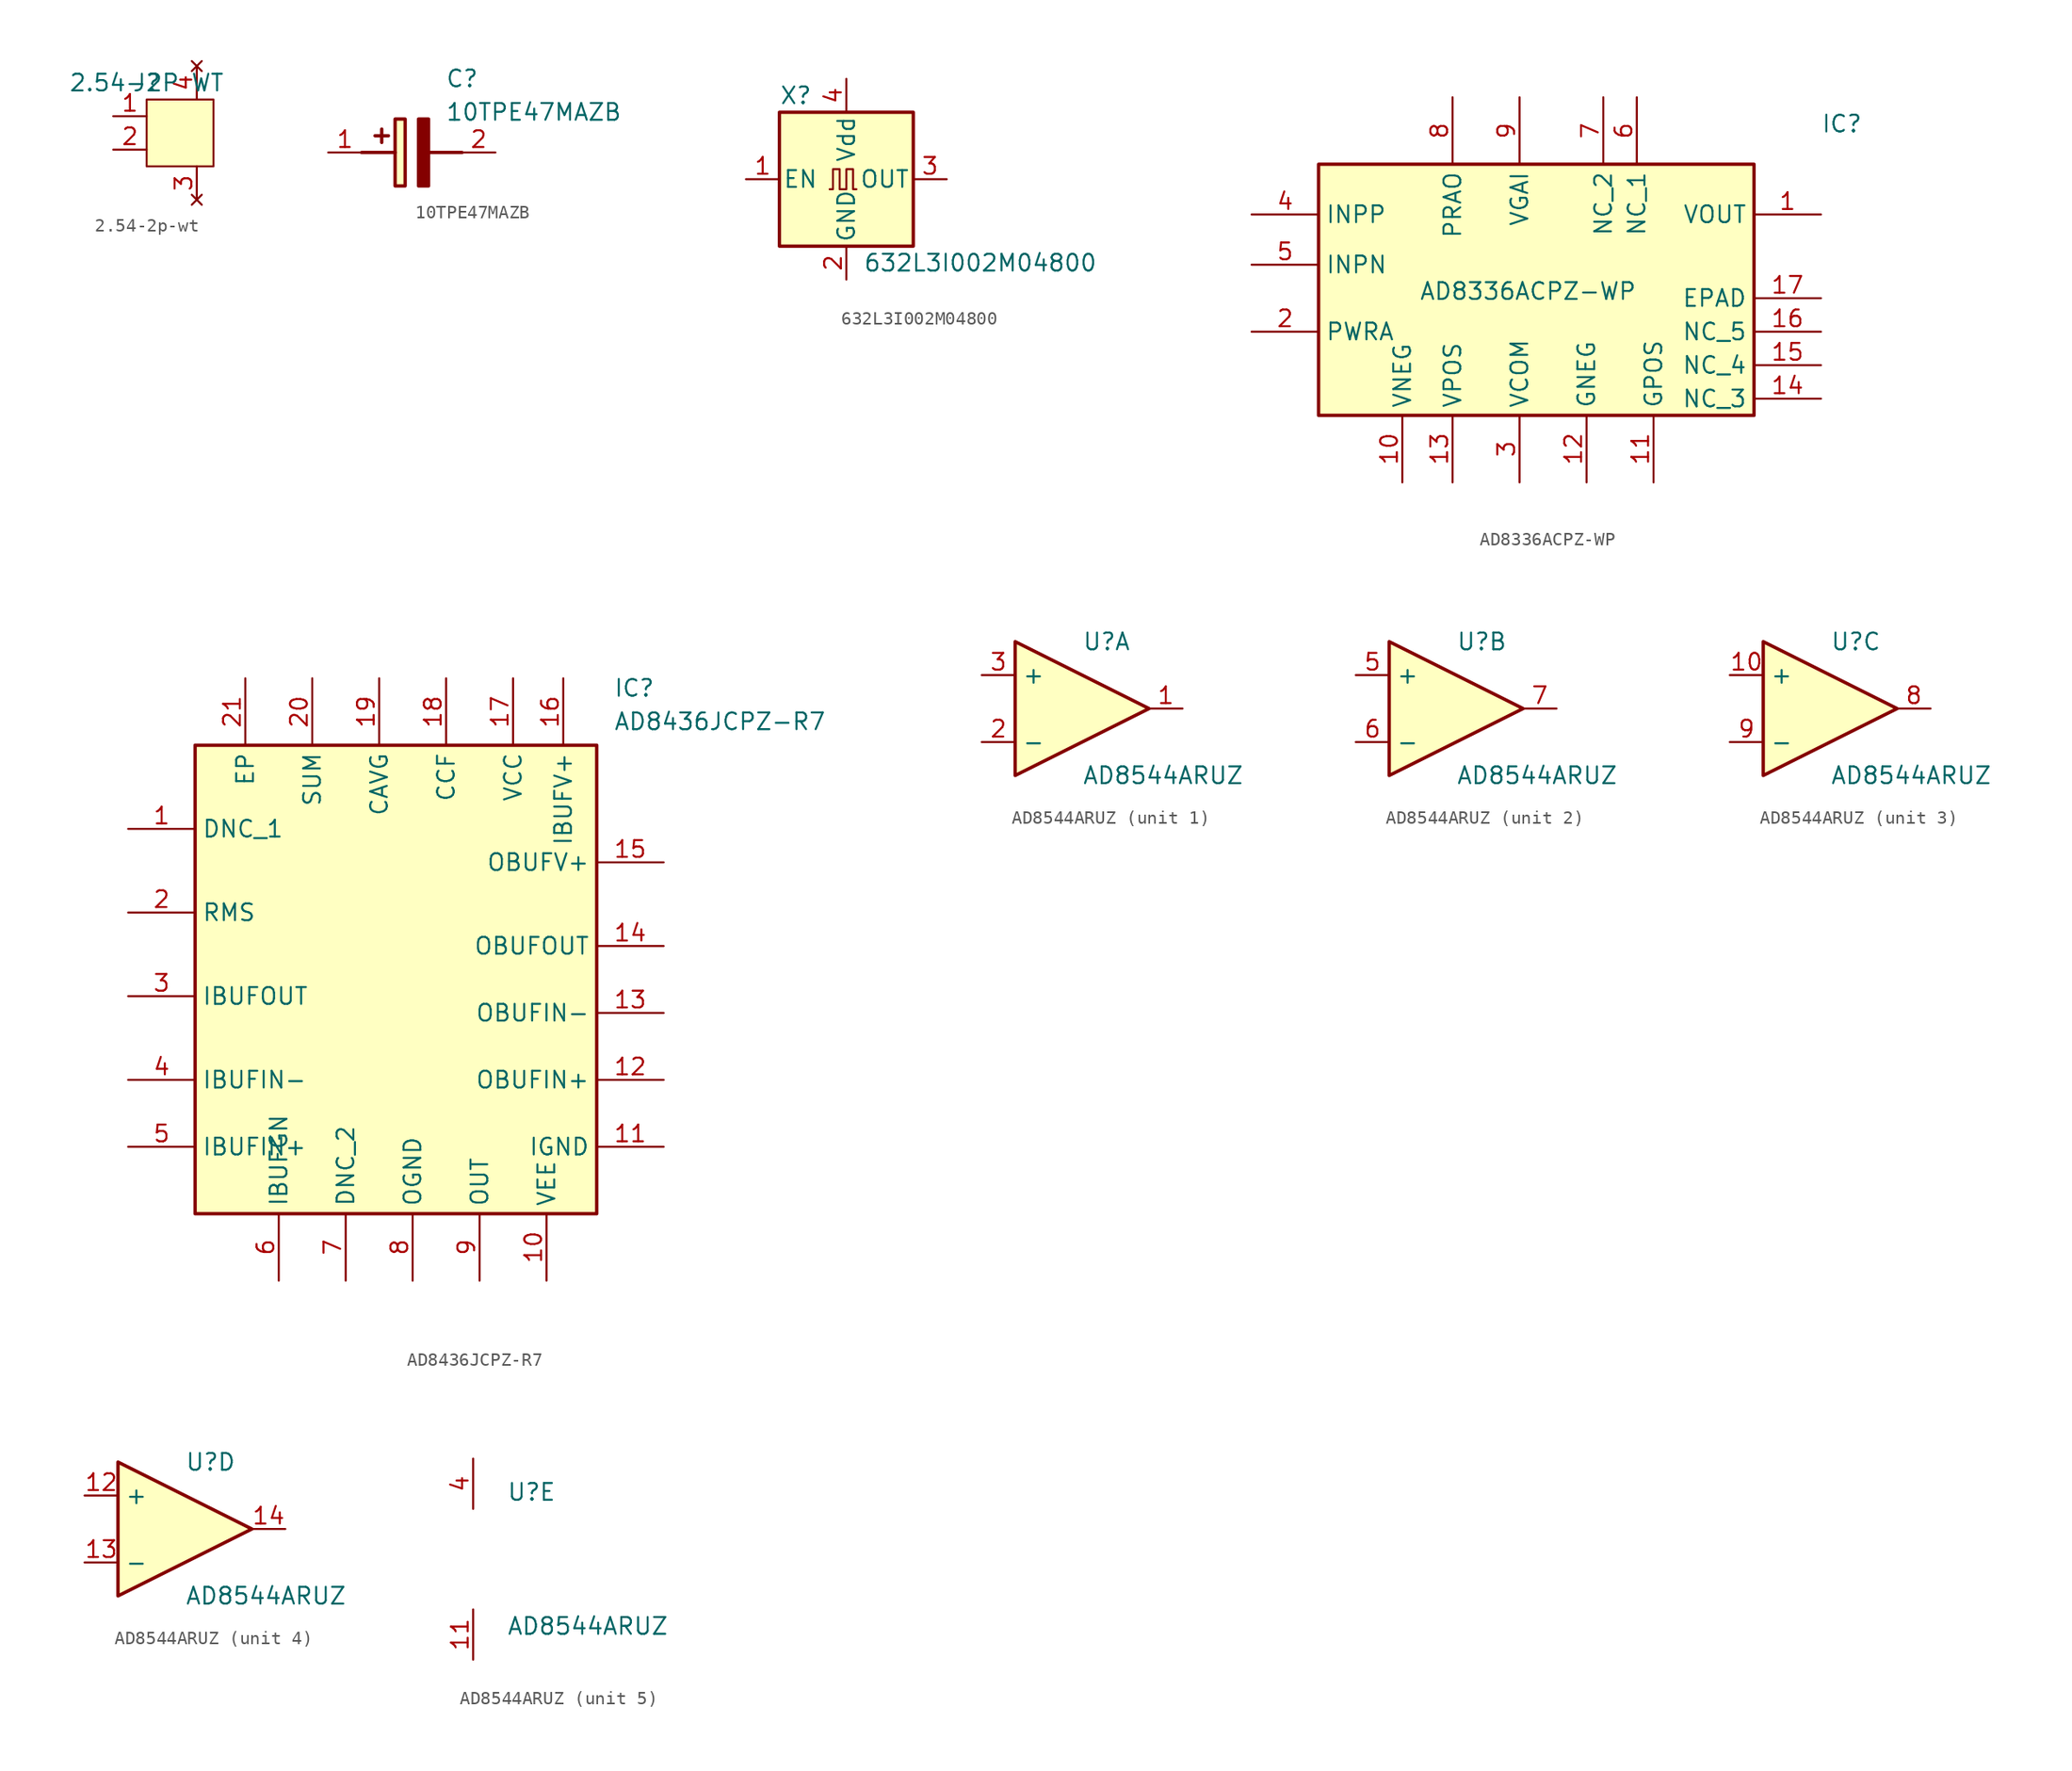
<source format=kicad_sym>
(kicad_symbol_lib
  (version 20220914)
  (generator kicad_symbol_editor)
  (symbol "2.54-2p-wt"
    (property "Reference" "J"
      (at 0 0 0)
      (effects (font (size 1.27 1.27))))
    (property "Value" "2.54-2P WT"
      (at 0 0 0)
      (effects (font (size 1.27 1.27))))
    (symbol "2.54-2p-wt_0_0"
      (pin unspecified line (at -2.54 -2.54 0) (length 2.54) (name "" (effects (font (size 1.27 1.27)))) (number "1" (effects (font (size 1.27 1.27)))))
      (pin unspecified line (at -2.54 -5.08 0) (length 2.54) (name "" (effects (font (size 1.27 1.27)))) (number "2" (effects (font (size 1.27 1.27)))))
      (pin no_connect line (at 3.81 -8.89 90) (length 2.54) (name "" (effects (font (size 1.27 1.27)))) (number "3" (effects (font (size 1.27 1.27)))))
      (pin no_connect line (at 3.81 1.27 270) (length 2.54) (name "" (effects (font (size 1.27 1.27)))) (number "4" (effects (font (size 1.27 1.27))))))
    (symbol "2.54-2p-wt_1_1"
      (rectangle (start 0 -1.27) (end 5.08 -6.35) (stroke (width 0) (type default)) (fill (type color) (color 255 255 194 1)))))
  (symbol "10TPE47MAZB"
    (pin_names hide)
    (property "Reference" "C"
      (at 8.89 6.35 0)
      (effects (font (size 1.27 1.27)) (justify left top)))
    (property "Value" "10TPE47MAZB"
      (at 8.89 3.81 0)
      (effects (font (size 1.27 1.27)) (justify left top)))
    (symbol "10TPE47MAZB_1_1"
      (polyline (pts (xy 2.54 0) (xy 5.08 0)) (stroke (width 0.254) (type default)) (fill (type none)))
      (polyline (pts (xy 4.064 1.778) (xy 4.064 0.762)) (stroke (width 0.254) (type default)) (fill (type none)))
      (polyline (pts (xy 4.572 1.27) (xy 3.556 1.27)) (stroke (width 0.254) (type default)) (fill (type none)))
      (polyline (pts (xy 7.62 0) (xy 10.16 0)) (stroke (width 0.254) (type default)) (fill (type none)))
      (polyline (pts (xy 7.62 2.54) (xy 7.62 -2.54) (xy 6.858 -2.54) (xy 6.858 2.54) (xy 7.62 2.54)) (stroke (width 0.254) (type default)) (fill (type outline)))
      (rectangle (start 5.08 2.54) (end 5.842 -2.54) (stroke (width 0.254) (type default)) (fill (type background)))
      (pin passive line (at 0 0 0) (length 2.54) (name "+" (effects (font (size 1.27 1.27)))) (number "1" (effects (font (size 1.27 1.27)))))
      (pin passive line (at 12.7 0 180) (length 2.54) (name "-" (effects (font (size 1.27 1.27)))) (number "2" (effects (font (size 1.27 1.27)))))))
  (symbol "632L3I002M04800"
    (pin_names
      (offset 0.254))
    (property "Reference" "X"
      (at -5.08 6.35 0)
      (effects (font (size 1.27 1.27)) (justify left)))
    (property "Value" "632L3I002M04800"
      (at 1.27 -6.35 0)
      (effects (font (size 1.27 1.27)) (justify left)))
    (symbol "632L3I002M04800_0_1"
      (rectangle (start -5.08 5.08) (end 5.08 -5.08) (stroke (width 0.254) (type default)) (fill (type background)))
      (polyline (pts (xy -1.27 -0.762) (xy -1.016 -0.762) (xy -1.016 0.762) (xy -0.508 0.762) (xy -0.508 -0.762) (xy 0 -0.762) (xy 0 0.762) (xy 0.508 0.762) (xy 0.508 -0.762) (xy 0.762 -0.762)) (stroke (width 0) (type default)) (fill (type none))))
    (symbol "632L3I002M04800_1_1"
      (pin input line (at -7.62 0 0) (length 2.54) (name "EN" (effects (font (size 1.27 1.27)))) (number "1" (effects (font (size 1.27 1.27)))))
      (pin power_in line (at 0 -7.62 90) (length 2.54) (name "GND" (effects (font (size 1.27 1.27)))) (number "2" (effects (font (size 1.27 1.27)))))
      (pin output line (at 7.62 0 180) (length 2.54) (name "OUT" (effects (font (size 1.27 1.27)))) (number "3" (effects (font (size 1.27 1.27)))))
      (pin power_in line (at 0 7.62 270) (length 2.54) (name "Vdd" (effects (font (size 1.27 1.27)))) (number "4" (effects (font (size 1.27 1.27)))))))
  (symbol "AD8336ACPZ-WP"
    (property "Reference" "IC"
      (at 34.29 55.88 0)
      (effects (font (size 1.27 1.27)) (justify left top)))
    (property "Value" "AD8336ACPZ-WP"
      (at 3.81 43.18 0)
      (effects (font (size 1.27 1.27)) (justify left top)))
    (symbol "AD8336ACPZ-WP_1_1"
      (rectangle (start -3.81 52.07) (end 29.21 33.02) (stroke (width 0.254) (type default)) (fill (type background)))
      (pin passive line (at 34.29 48.26 180) (length 5.08) (name "VOUT" (effects (font (size 1.27 1.27)))) (number "1" (effects (font (size 1.27 1.27)))))
      (pin passive line (at 2.54 27.94 90) (length 5.08) (name "VNEG" (effects (font (size 1.27 1.27)))) (number "10" (effects (font (size 1.27 1.27)))))
      (pin passive line (at 21.59 27.94 90) (length 5.08) (name "GPOS" (effects (font (size 1.27 1.27)))) (number "11" (effects (font (size 1.27 1.27)))))
      (pin passive line (at 16.51 27.94 90) (length 5.08) (name "GNEG" (effects (font (size 1.27 1.27)))) (number "12" (effects (font (size 1.27 1.27)))))
      (pin passive line (at 6.35 27.94 90) (length 5.08) (name "VPOS" (effects (font (size 1.27 1.27)))) (number "13" (effects (font (size 1.27 1.27)))))
      (pin passive line (at 34.29 34.29 180) (length 5.08) (name "NC_3" (effects (font (size 1.27 1.27)))) (number "14" (effects (font (size 1.27 1.27)))))
      (pin passive line (at 34.29 36.83 180) (length 5.08) (name "NC_4" (effects (font (size 1.27 1.27)))) (number "15" (effects (font (size 1.27 1.27)))))
      (pin passive line (at 34.29 39.37 180) (length 5.08) (name "NC_5" (effects (font (size 1.27 1.27)))) (number "16" (effects (font (size 1.27 1.27)))))
      (pin passive line (at 34.29 41.91 180) (length 5.08) (name "EPAD" (effects (font (size 1.27 1.27)))) (number "17" (effects (font (size 1.27 1.27)))))
      (pin passive line (at -8.89 39.37 0) (length 5.08) (name "PWRA" (effects (font (size 1.27 1.27)))) (number "2" (effects (font (size 1.27 1.27)))))
      (pin passive line (at 11.43 27.94 90) (length 5.08) (name "VCOM" (effects (font (size 1.27 1.27)))) (number "3" (effects (font (size 1.27 1.27)))))
      (pin passive line (at -8.89 48.26 0) (length 5.08) (name "INPP" (effects (font (size 1.27 1.27)))) (number "4" (effects (font (size 1.27 1.27)))))
      (pin passive line (at -8.89 44.45 0) (length 5.08) (name "INPN" (effects (font (size 1.27 1.27)))) (number "5" (effects (font (size 1.27 1.27)))))
      (pin passive line (at 20.32 57.15 270) (length 5.08) (name "NC_1" (effects (font (size 1.27 1.27)))) (number "6" (effects (font (size 1.27 1.27)))))
      (pin passive line (at 17.78 57.15 270) (length 5.08) (name "NC_2" (effects (font (size 1.27 1.27)))) (number "7" (effects (font (size 1.27 1.27)))))
      (pin passive line (at 6.35 57.15 270) (length 5.08) (name "PRAO" (effects (font (size 1.27 1.27)))) (number "8" (effects (font (size 1.27 1.27)))))
      (pin passive line (at 11.43 57.15 270) (length 5.08) (name "VGAI" (effects (font (size 1.27 1.27)))) (number "9" (effects (font (size 1.27 1.27)))))))
  (symbol "AD8436JCPZ-R7"
    (property "Reference" "IC"
      (at 36.83 17.78 0)
      (effects (font (size 1.27 1.27)) (justify left top)))
    (property "Value" "AD8436JCPZ-R7"
      (at 36.83 15.24 0)
      (effects (font (size 1.27 1.27)) (justify left top)))
    (symbol "AD8436JCPZ-R7_1_1"
      (rectangle (start 5.08 12.7) (end 35.56 -22.86) (stroke (width 0.254) (type default)) (fill (type background)))
      (pin passive line (at 0 6.35 0) (length 5.08) (name "DNC_1" (effects (font (size 1.27 1.27)))) (number "1" (effects (font (size 1.27 1.27)))))
      (pin passive line (at 31.75 -27.94 90) (length 5.08) (name "VEE" (effects (font (size 1.27 1.27)))) (number "10" (effects (font (size 1.27 1.27)))))
      (pin passive line (at 40.64 -17.78 180) (length 5.08) (name "IGND" (effects (font (size 1.27 1.27)))) (number "11" (effects (font (size 1.27 1.27)))))
      (pin passive line (at 40.64 -12.7 180) (length 5.08) (name "OBUFIN+" (effects (font (size 1.27 1.27)))) (number "12" (effects (font (size 1.27 1.27)))))
      (pin passive line (at 40.64 -7.62 180) (length 5.08) (name "OBUFIN-" (effects (font (size 1.27 1.27)))) (number "13" (effects (font (size 1.27 1.27)))))
      (pin passive line (at 40.64 -2.54 180) (length 5.08) (name "OBUFOUT" (effects (font (size 1.27 1.27)))) (number "14" (effects (font (size 1.27 1.27)))))
      (pin passive line (at 40.64 3.81 180) (length 5.08) (name "OBUFV+" (effects (font (size 1.27 1.27)))) (number "15" (effects (font (size 1.27 1.27)))))
      (pin passive line (at 33.02 17.78 270) (length 5.08) (name "IBUFV+" (effects (font (size 1.27 1.27)))) (number "16" (effects (font (size 1.27 1.27)))))
      (pin passive line (at 29.21 17.78 270) (length 5.08) (name "VCC" (effects (font (size 1.27 1.27)))) (number "17" (effects (font (size 1.27 1.27)))))
      (pin passive line (at 24.13 17.78 270) (length 5.08) (name "CCF" (effects (font (size 1.27 1.27)))) (number "18" (effects (font (size 1.27 1.27)))))
      (pin passive line (at 19.05 17.78 270) (length 5.08) (name "CAVG" (effects (font (size 1.27 1.27)))) (number "19" (effects (font (size 1.27 1.27)))))
      (pin passive line (at 0 0 0) (length 5.08) (name "RMS" (effects (font (size 1.27 1.27)))) (number "2" (effects (font (size 1.27 1.27)))))
      (pin passive line (at 13.97 17.78 270) (length 5.08) (name "SUM" (effects (font (size 1.27 1.27)))) (number "20" (effects (font (size 1.27 1.27)))))
      (pin passive line (at 8.89 17.78 270) (length 5.08) (name "EP" (effects (font (size 1.27 1.27)))) (number "21" (effects (font (size 1.27 1.27)))))
      (pin passive line (at 0 -6.35 0) (length 5.08) (name "IBUFOUT" (effects (font (size 1.27 1.27)))) (number "3" (effects (font (size 1.27 1.27)))))
      (pin passive line (at 0 -12.7 0) (length 5.08) (name "IBUFIN-" (effects (font (size 1.27 1.27)))) (number "4" (effects (font (size 1.27 1.27)))))
      (pin passive line (at 0 -17.78 0) (length 5.08) (name "IBUFIN+" (effects (font (size 1.27 1.27)))) (number "5" (effects (font (size 1.27 1.27)))))
      (pin passive line (at 11.43 -27.94 90) (length 5.08) (name "IBUFGN" (effects (font (size 1.27 1.27)))) (number "6" (effects (font (size 1.27 1.27)))))
      (pin passive line (at 16.51 -27.94 90) (length 5.08) (name "DNC_2" (effects (font (size 1.27 1.27)))) (number "7" (effects (font (size 1.27 1.27)))))
      (pin passive line (at 21.59 -27.94 90) (length 5.08) (name "OGND" (effects (font (size 1.27 1.27)))) (number "8" (effects (font (size 1.27 1.27)))))
      (pin passive line (at 26.67 -27.94 90) (length 5.08) (name "OUT" (effects (font (size 1.27 1.27)))) (number "9" (effects (font (size 1.27 1.27)))))))
  (symbol "AD8544ARUZ"
    (property "Reference" "U"
      (at 0 5.08 0)
      (effects (font (size 1.27 1.27)) (justify left)))
    (property "Value" "AD8544ARUZ"
      (at 0 -5.08 0)
      (effects (font (size 1.27 1.27)) (justify left)))
    (property "ki_locked" ""
      (at 0 0 0)
      (effects (font (size 1.27 1.27))))
    (symbol "AD8544ARUZ_1_1"
      (polyline (pts (xy -5.08 5.08) (xy 5.08 0) (xy -5.08 -5.08) (xy -5.08 5.08)) (stroke (width 0.254) (type default)) (fill (type background)))
      (pin output line (at 7.62 0 180) (length 2.54) (name "" (effects (font (size 1.27 1.27)))) (number "1" (effects (font (size 1.27 1.27)))))
      (pin input line (at -7.62 -2.54 0) (length 2.54) (name "-" (effects (font (size 1.27 1.27)))) (number "2" (effects (font (size 1.27 1.27)))))
      (pin input line (at -7.62 2.54 0) (length 2.54) (name "+" (effects (font (size 1.27 1.27)))) (number "3" (effects (font (size 1.27 1.27))))))
    (symbol "AD8544ARUZ_2_1"
      (polyline (pts (xy -5.08 5.08) (xy 5.08 0) (xy -5.08 -5.08) (xy -5.08 5.08)) (stroke (width 0.254) (type default)) (fill (type background)))
      (pin input line (at -7.62 2.54 0) (length 2.54) (name "+" (effects (font (size 1.27 1.27)))) (number "5" (effects (font (size 1.27 1.27)))))
      (pin input line (at -7.62 -2.54 0) (length 2.54) (name "-" (effects (font (size 1.27 1.27)))) (number "6" (effects (font (size 1.27 1.27)))))
      (pin output line (at 7.62 0 180) (length 2.54) (name "" (effects (font (size 1.27 1.27)))) (number "7" (effects (font (size 1.27 1.27))))))
    (symbol "AD8544ARUZ_3_1"
      (polyline (pts (xy -5.08 5.08) (xy 5.08 0) (xy -5.08 -5.08) (xy -5.08 5.08)) (stroke (width 0.254) (type default)) (fill (type background)))
      (pin input line (at -7.62 2.54 0) (length 2.54) (name "+" (effects (font (size 1.27 1.27)))) (number "10" (effects (font (size 1.27 1.27)))))
      (pin output line (at 7.62 0 180) (length 2.54) (name "" (effects (font (size 1.27 1.27)))) (number "8" (effects (font (size 1.27 1.27)))))
      (pin input line (at -7.62 -2.54 0) (length 2.54) (name "-" (effects (font (size 1.27 1.27)))) (number "9" (effects (font (size 1.27 1.27))))))
    (symbol "AD8544ARUZ_4_1"
      (polyline (pts (xy -5.08 5.08) (xy 5.08 0) (xy -5.08 -5.08) (xy -5.08 5.08)) (stroke (width 0.254) (type default)) (fill (type background)))
      (pin input line (at -7.62 2.54 0) (length 2.54) (name "+" (effects (font (size 1.27 1.27)))) (number "12" (effects (font (size 1.27 1.27)))))
      (pin input line (at -7.62 -2.54 0) (length 2.54) (name "-" (effects (font (size 1.27 1.27)))) (number "13" (effects (font (size 1.27 1.27)))))
      (pin output line (at 7.62 0 180) (length 2.54) (name "" (effects (font (size 1.27 1.27)))) (number "14" (effects (font (size 1.27 1.27))))))
    (symbol "AD8544ARUZ_5_1"
      (pin power_in line (at -2.54 -7.62 90) (length 3.81) (name "" (effects (font (size 1.27 1.27)))) (number "11" (effects (font (size 1.27 1.27)))))
      (pin power_in line (at -2.54 7.62 270) (length 3.81) (name "" (effects (font (size 1.27 1.27)))) (number "4" (effects (font (size 1.27 1.27))))))))
</source>
